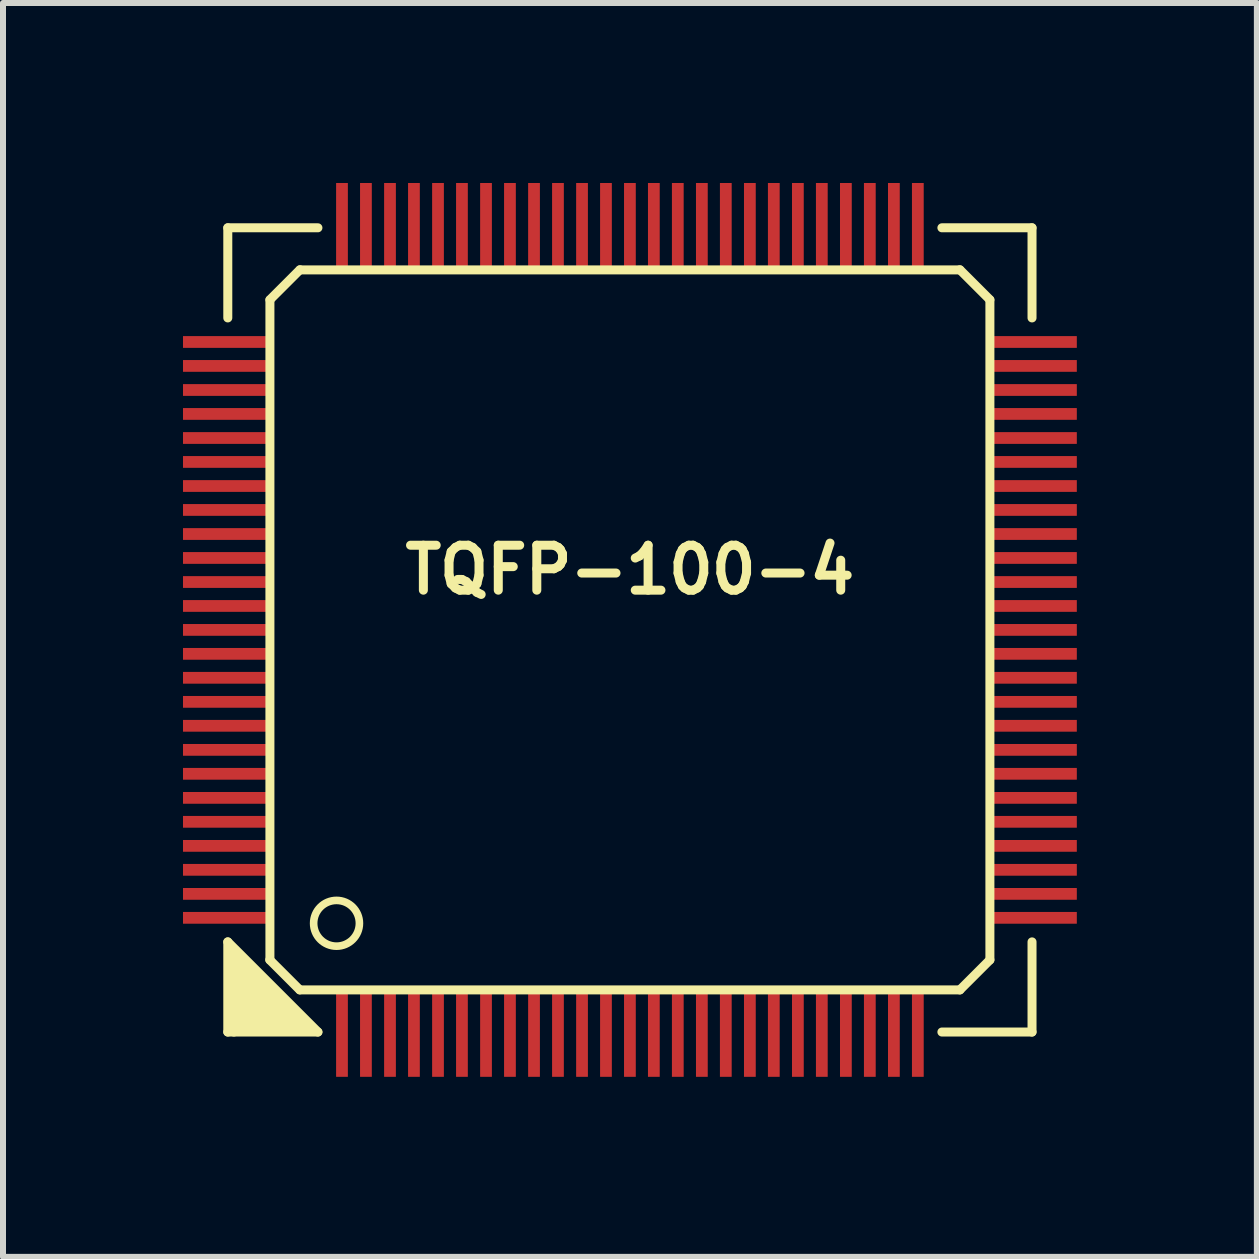
<source format=kicad_pcb>
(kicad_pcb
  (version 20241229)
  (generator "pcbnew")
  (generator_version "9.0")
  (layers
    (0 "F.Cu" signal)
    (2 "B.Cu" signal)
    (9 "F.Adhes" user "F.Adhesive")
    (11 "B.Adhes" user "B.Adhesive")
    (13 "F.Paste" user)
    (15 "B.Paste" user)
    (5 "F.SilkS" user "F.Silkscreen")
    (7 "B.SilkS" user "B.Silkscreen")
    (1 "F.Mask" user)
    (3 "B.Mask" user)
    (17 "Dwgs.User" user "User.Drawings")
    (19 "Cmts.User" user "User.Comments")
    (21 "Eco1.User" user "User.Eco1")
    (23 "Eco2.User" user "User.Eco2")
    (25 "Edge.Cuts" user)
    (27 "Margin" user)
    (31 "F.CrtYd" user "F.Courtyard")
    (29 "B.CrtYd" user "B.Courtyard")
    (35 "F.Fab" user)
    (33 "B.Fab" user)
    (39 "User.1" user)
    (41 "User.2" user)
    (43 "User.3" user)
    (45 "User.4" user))
  (footprint "TQFP-100-4"
    (layer "F.Cu")
    (at 7.447 7.447)
    (property "Reference" "TQFP-100-4" (at 0 -1.001 0) (layer "F.SilkS") (effects (font (size 0.749 0.749) (thickness 0.15))))
    (attr smd)
    (fp_line (start -6.701 -6.701) (end -6.701 -5.199) (stroke (width 0.15) (type solid)) (layer "F.SilkS"))
    (fp_line (start -6.701 5.199) (end -6.701 6.701) (stroke (width 0.15) (type solid)) (layer "F.SilkS"))
    (fp_line (start -6.701 5.199) (end -5.199 6.701) (stroke (width 0.15) (type solid)) (layer "F.SilkS"))
    (fp_line (start -6.701 6.701) (end -5.199 6.701) (stroke (width 0.15) (type solid)) (layer "F.SilkS"))
    (fp_line (start -6.599 5.4) (end -5.4 6.599) (stroke (width 0.15) (type solid)) (layer "F.SilkS"))
    (fp_line (start -6.599 6.701) (end -6.599 5.4) (stroke (width 0.15) (type solid)) (layer "F.SilkS"))
    (fp_line (start -6.5 5.601) (end -5.601 6.5) (stroke (width 0.15) (type solid)) (layer "F.SilkS"))
    (fp_line (start -6.5 6.599) (end -6.5 5.601) (stroke (width 0.15) (type solid)) (layer "F.SilkS"))
    (fp_line (start -6.401 5.799) (end -5.799 6.401) (stroke (width 0.15) (type solid)) (layer "F.SilkS"))
    (fp_line (start -6.401 6.5) (end -6.401 5.799) (stroke (width 0.15) (type solid)) (layer "F.SilkS"))
    (fp_line (start -6.299 5.999) (end -5.999 6.299) (stroke (width 0.15) (type solid)) (layer "F.SilkS"))
    (fp_line (start -6.299 6.401) (end -6.299 5.999) (stroke (width 0.15) (type solid)) (layer "F.SilkS"))
    (fp_line (start -6.2 6.299) (end -6.2 6.2) (stroke (width 0.15) (type solid)) (layer "F.SilkS"))
    (fp_line (start -5.999 -5.502) (end -5.499 -6.002) (stroke (width 0.15) (type solid)) (layer "F.SilkS"))
    (fp_line (start -5.999 -5.499) (end -5.999 5.499) (stroke (width 0.15) (type solid)) (layer "F.SilkS"))
    (fp_line (start -5.999 6.299) (end -6.2 6.299) (stroke (width 0.15) (type solid)) (layer "F.SilkS"))
    (fp_line (start -5.799 6.401) (end -6.299 6.401) (stroke (width 0.15) (type solid)) (layer "F.SilkS"))
    (fp_line (start -5.601 6.5) (end -6.401 6.5) (stroke (width 0.15) (type solid)) (layer "F.SilkS"))
    (fp_line (start -5.502 5.999) (end -6.002 5.499) (stroke (width 0.15) (type solid)) (layer "F.SilkS"))
    (fp_line (start -5.499 5.999) (end 5.499 5.999) (stroke (width 0.15) (type solid)) (layer "F.SilkS"))
    (fp_line (start -5.4 6.599) (end -6.5 6.599) (stroke (width 0.15) (type solid)) (layer "F.SilkS"))
    (fp_line (start -5.199 -6.701) (end -6.701 -6.701) (stroke (width 0.15) (type solid)) (layer "F.SilkS"))
    (fp_line (start 5.499 -6.002) (end 5.999 -5.502) (stroke (width 0.15) (type solid)) (layer "F.SilkS"))
    (fp_line (start 5.499 -5.999) (end -5.499 -5.999) (stroke (width 0.15) (type solid)) (layer "F.SilkS"))
    (fp_line (start 5.999 5.499) (end 5.499 5.999) (stroke (width 0.15) (type solid)) (layer "F.SilkS"))
    (fp_line (start 5.999 5.499) (end 5.999 -5.499) (stroke (width 0.15) (type solid)) (layer "F.SilkS"))
    (fp_line (start 6.701 -6.701) (end 5.199 -6.701) (stroke (width 0.15) (type solid)) (layer "F.SilkS"))
    (fp_line (start 6.701 -5.199) (end 6.701 -6.701) (stroke (width 0.15) (type solid)) (layer "F.SilkS"))
    (fp_line (start 6.701 6.701) (end 5.199 6.701) (stroke (width 0.15) (type solid)) (layer "F.SilkS"))
    (fp_line (start 6.701 6.701) (end 6.701 5.199) (stroke (width 0.15) (type solid)) (layer "F.SilkS"))
    (fp_circle (center -4.889 4.889) (end -5.118 5.194) (stroke (width 0.127) (type solid)) (fill no) (layer "F.SilkS"))
    (pad "1" smd rect (at -4.798 6.698) (size 0.196 1.499) (layers "F.Cu" "F.Mask" "F.Paste"))
    (pad "2" smd rect (at -4.399 6.698) (size 0.196 1.499) (layers "F.Cu" "F.Mask" "F.Paste"))
    (pad "3" smd rect (at -3.998 6.698) (size 0.196 1.499) (layers "F.Cu" "F.Mask" "F.Paste"))
    (pad "4" smd rect (at -3.599 6.698) (size 0.196 1.499) (layers "F.Cu" "F.Mask" "F.Paste"))
    (pad "5" smd rect (at -3.198 6.698) (size 0.196 1.499) (layers "F.Cu" "F.Mask" "F.Paste"))
    (pad "6" smd rect (at -2.799 6.698) (size 0.196 1.499) (layers "F.Cu" "F.Mask" "F.Paste"))
    (pad "7" smd rect (at -2.398 6.698) (size 0.196 1.499) (layers "F.Cu" "F.Mask" "F.Paste"))
    (pad "8" smd rect (at -1.999 6.698) (size 0.196 1.499) (layers "F.Cu" "F.Mask" "F.Paste"))
    (pad "9" smd rect (at -1.598 6.698) (size 0.196 1.499) (layers "F.Cu" "F.Mask" "F.Paste"))
    (pad "10" smd rect (at -1.199 6.698) (size 0.196 1.499) (layers "F.Cu" "F.Mask" "F.Paste"))
    (pad "11" smd rect (at -0.798 6.698) (size 0.196 1.499) (layers "F.Cu" "F.Mask" "F.Paste"))
    (pad "12" smd rect (at -0.399 6.698) (size 0.196 1.499) (layers "F.Cu" "F.Mask" "F.Paste"))
    (pad "13" smd rect (at 0 6.698) (size 0.196 1.499) (layers "F.Cu" "F.Mask" "F.Paste"))
    (pad "14" smd rect (at 0.399 6.698) (size 0.196 1.499) (layers "F.Cu" "F.Mask" "F.Paste"))
    (pad "15" smd rect (at 0.798 6.698) (size 0.196 1.499) (layers "F.Cu" "F.Mask" "F.Paste"))
    (pad "16" smd rect (at 1.199 6.698) (size 0.196 1.499) (layers "F.Cu" "F.Mask" "F.Paste"))
    (pad "17" smd rect (at 1.598 6.698) (size 0.196 1.499) (layers "F.Cu" "F.Mask" "F.Paste"))
    (pad "18" smd rect (at 1.999 6.698) (size 0.196 1.499) (layers "F.Cu" "F.Mask" "F.Paste"))
    (pad "19" smd rect (at 2.398 6.698) (size 0.196 1.499) (layers "F.Cu" "F.Mask" "F.Paste"))
    (pad "20" smd rect (at 2.799 6.698) (size 0.196 1.499) (layers "F.Cu" "F.Mask" "F.Paste"))
    (pad "21" smd rect (at 3.198 6.698) (size 0.196 1.499) (layers "F.Cu" "F.Mask" "F.Paste"))
    (pad "22" smd rect (at 3.599 6.698) (size 0.196 1.499) (layers "F.Cu" "F.Mask" "F.Paste"))
    (pad "23" smd rect (at 3.998 6.698) (size 0.196 1.499) (layers "F.Cu" "F.Mask" "F.Paste"))
    (pad "24" smd rect (at 4.399 6.698) (size 0.196 1.499) (layers "F.Cu" "F.Mask" "F.Paste"))
    (pad "25" smd rect (at 4.798 6.698) (size 0.196 1.499) (layers "F.Cu" "F.Mask" "F.Paste"))
    (pad "26" smd rect (at 6.698 4.798) (size 1.499 0.196) (layers "F.Cu" "F.Mask" "F.Paste"))
    (pad "27" smd rect (at 6.698 4.399) (size 1.499 0.196) (layers "F.Cu" "F.Mask" "F.Paste"))
    (pad "28" smd rect (at 6.698 3.998) (size 1.499 0.196) (layers "F.Cu" "F.Mask" "F.Paste"))
    (pad "29" smd rect (at 6.698 3.599) (size 1.499 0.196) (layers "F.Cu" "F.Mask" "F.Paste"))
    (pad "30" smd rect (at 6.698 3.198) (size 1.499 0.196) (layers "F.Cu" "F.Mask" "F.Paste"))
    (pad "31" smd rect (at 6.698 2.799) (size 1.499 0.196) (layers "F.Cu" "F.Mask" "F.Paste"))
    (pad "32" smd rect (at 6.698 2.398) (size 1.499 0.196) (layers "F.Cu" "F.Mask" "F.Paste"))
    (pad "33" smd rect (at 6.698 1.999) (size 1.499 0.196) (layers "F.Cu" "F.Mask" "F.Paste"))
    (pad "34" smd rect (at 6.698 1.598) (size 1.499 0.196) (layers "F.Cu" "F.Mask" "F.Paste"))
    (pad "35" smd rect (at 6.698 1.199) (size 1.499 0.196) (layers "F.Cu" "F.Mask" "F.Paste"))
    (pad "36" smd rect (at 6.698 0.798) (size 1.499 0.196) (layers "F.Cu" "F.Mask" "F.Paste"))
    (pad "37" smd rect (at 6.698 0.399) (size 1.499 0.196) (layers "F.Cu" "F.Mask" "F.Paste"))
    (pad "38" smd rect (at 6.698 0) (size 1.499 0.196) (layers "F.Cu" "F.Mask" "F.Paste"))
    (pad "39" smd rect (at 6.698 -0.399) (size 1.499 0.196) (layers "F.Cu" "F.Mask" "F.Paste"))
    (pad "40" smd rect (at 6.698 -0.798) (size 1.499 0.196) (layers "F.Cu" "F.Mask" "F.Paste"))
    (pad "41" smd rect (at 6.698 -1.199) (size 1.499 0.196) (layers "F.Cu" "F.Mask" "F.Paste"))
    (pad "42" smd rect (at 6.698 -1.598) (size 1.499 0.196) (layers "F.Cu" "F.Mask" "F.Paste"))
    (pad "43" smd rect (at 6.698 -1.999) (size 1.499 0.196) (layers "F.Cu" "F.Mask" "F.Paste"))
    (pad "44" smd rect (at 6.698 -2.398) (size 1.499 0.196) (layers "F.Cu" "F.Mask" "F.Paste"))
    (pad "45" smd rect (at 6.698 -2.799) (size 1.499 0.196) (layers "F.Cu" "F.Mask" "F.Paste"))
    (pad "46" smd rect (at 6.698 -3.198) (size 1.499 0.196) (layers "F.Cu" "F.Mask" "F.Paste"))
    (pad "47" smd rect (at 6.698 -3.599) (size 1.499 0.196) (layers "F.Cu" "F.Mask" "F.Paste"))
    (pad "48" smd rect (at 6.698 -3.998) (size 1.499 0.196) (layers "F.Cu" "F.Mask" "F.Paste"))
    (pad "49" smd rect (at 6.698 -4.399) (size 1.499 0.196) (layers "F.Cu" "F.Mask" "F.Paste"))
    (pad "50" smd rect (at 6.698 -4.798) (size 1.499 0.196) (layers "F.Cu" "F.Mask" "F.Paste"))
    (pad "51" smd rect (at 4.798 -6.698) (size 0.196 1.499) (layers "F.Cu" "F.Mask" "F.Paste"))
    (pad "52" smd rect (at 4.399 -6.698) (size 0.196 1.499) (layers "F.Cu" "F.Mask" "F.Paste"))
    (pad "53" smd rect (at 3.998 -6.698) (size 0.196 1.499) (layers "F.Cu" "F.Mask" "F.Paste"))
    (pad "54" smd rect (at 3.599 -6.698) (size 0.196 1.499) (layers "F.Cu" "F.Mask" "F.Paste"))
    (pad "55" smd rect (at 3.198 -6.698) (size 0.196 1.499) (layers "F.Cu" "F.Mask" "F.Paste"))
    (pad "56" smd rect (at 2.799 -6.698) (size 0.196 1.499) (layers "F.Cu" "F.Mask" "F.Paste"))
    (pad "57" smd rect (at 2.398 -6.698) (size 0.196 1.499) (layers "F.Cu" "F.Mask" "F.Paste"))
    (pad "58" smd rect (at 1.999 -6.698) (size 0.196 1.499) (layers "F.Cu" "F.Mask" "F.Paste"))
    (pad "59" smd rect (at 1.598 -6.698) (size 0.196 1.499) (layers "F.Cu" "F.Mask" "F.Paste"))
    (pad "60" smd rect (at 1.199 -6.698) (size 0.196 1.499) (layers "F.Cu" "F.Mask" "F.Paste"))
    (pad "61" smd rect (at 0.798 -6.698) (size 0.196 1.499) (layers "F.Cu" "F.Mask" "F.Paste"))
    (pad "62" smd rect (at 0.399 -6.698) (size 0.196 1.499) (layers "F.Cu" "F.Mask" "F.Paste"))
    (pad "63" smd rect (at 0 -6.698) (size 0.196 1.499) (layers "F.Cu" "F.Mask" "F.Paste"))
    (pad "64" smd rect (at -0.399 -6.698) (size 0.196 1.499) (layers "F.Cu" "F.Mask" "F.Paste"))
    (pad "65" smd rect (at -0.798 -6.698) (size 0.196 1.499) (layers "F.Cu" "F.Mask" "F.Paste"))
    (pad "66" smd rect (at -1.199 -6.698) (size 0.196 1.499) (layers "F.Cu" "F.Mask" "F.Paste"))
    (pad "67" smd rect (at -1.598 -6.698) (size 0.196 1.499) (layers "F.Cu" "F.Mask" "F.Paste"))
    (pad "68" smd rect (at -1.999 -6.698) (size 0.196 1.499) (layers "F.Cu" "F.Mask" "F.Paste"))
    (pad "69" smd rect (at -2.398 -6.698) (size 0.196 1.499) (layers "F.Cu" "F.Mask" "F.Paste"))
    (pad "70" smd rect (at -2.799 -6.698) (size 0.196 1.499) (layers "F.Cu" "F.Mask" "F.Paste"))
    (pad "71" smd rect (at -3.198 -6.698) (size 0.196 1.499) (layers "F.Cu" "F.Mask" "F.Paste"))
    (pad "72" smd rect (at -3.599 -6.698) (size 0.196 1.499) (layers "F.Cu" "F.Mask" "F.Paste"))
    (pad "73" smd rect (at -3.998 -6.698) (size 0.196 1.499) (layers "F.Cu" "F.Mask" "F.Paste"))
    (pad "74" smd rect (at -4.399 -6.698) (size 0.196 1.499) (layers "F.Cu" "F.Mask" "F.Paste"))
    (pad "75" smd rect (at -4.798 -6.698) (size 0.196 1.499) (layers "F.Cu" "F.Mask" "F.Paste"))
    (pad "76" smd rect (at -6.698 -4.798) (size 1.499 0.196) (layers "F.Cu" "F.Mask" "F.Paste"))
    (pad "77" smd rect (at -6.698 -4.399) (size 1.499 0.196) (layers "F.Cu" "F.Mask" "F.Paste"))
    (pad "78" smd rect (at -6.698 -3.998) (size 1.499 0.196) (layers "F.Cu" "F.Mask" "F.Paste"))
    (pad "79" smd rect (at -6.698 -3.599) (size 1.499 0.196) (layers "F.Cu" "F.Mask" "F.Paste"))
    (pad "80" smd rect (at -6.698 -3.198) (size 1.499 0.196) (layers "F.Cu" "F.Mask" "F.Paste"))
    (pad "81" smd rect (at -6.698 -2.799) (size 1.499 0.196) (layers "F.Cu" "F.Mask" "F.Paste"))
    (pad "82" smd rect (at -6.698 -2.398) (size 1.499 0.196) (layers "F.Cu" "F.Mask" "F.Paste"))
    (pad "83" smd rect (at -6.698 -1.999) (size 1.499 0.196) (layers "F.Cu" "F.Mask" "F.Paste"))
    (pad "84" smd rect (at -6.698 -1.598) (size 1.499 0.196) (layers "F.Cu" "F.Mask" "F.Paste"))
    (pad "85" smd rect (at -6.698 -1.199) (size 1.499 0.196) (layers "F.Cu" "F.Mask" "F.Paste"))
    (pad "86" smd rect (at -6.698 -0.798) (size 1.499 0.196) (layers "F.Cu" "F.Mask" "F.Paste"))
    (pad "87" smd rect (at -6.698 -0.399) (size 1.499 0.196) (layers "F.Cu" "F.Mask" "F.Paste"))
    (pad "88" smd rect (at -6.698 0) (size 1.499 0.196) (layers "F.Cu" "F.Mask" "F.Paste"))
    (pad "89" smd rect (at -6.698 0.399) (size 1.499 0.196) (layers "F.Cu" "F.Mask" "F.Paste"))
    (pad "90" smd rect (at -6.698 0.798) (size 1.499 0.196) (layers "F.Cu" "F.Mask" "F.Paste"))
    (pad "91" smd rect (at -6.698 1.199) (size 1.499 0.196) (layers "F.Cu" "F.Mask" "F.Paste"))
    (pad "92" smd rect (at -6.698 1.598) (size 1.499 0.196) (layers "F.Cu" "F.Mask" "F.Paste"))
    (pad "93" smd rect (at -6.698 1.999) (size 1.499 0.196) (layers "F.Cu" "F.Mask" "F.Paste"))
    (pad "94" smd rect (at -6.698 2.398) (size 1.499 0.196) (layers "F.Cu" "F.Mask" "F.Paste"))
    (pad "95" smd rect (at -6.698 2.799) (size 1.499 0.196) (layers "F.Cu" "F.Mask" "F.Paste"))
    (pad "96" smd rect (at -6.698 3.198) (size 1.499 0.196) (layers "F.Cu" "F.Mask" "F.Paste"))
    (pad "97" smd rect (at -6.698 3.599) (size 1.499 0.196) (layers "F.Cu" "F.Mask" "F.Paste"))
    (pad "98" smd rect (at -6.698 3.998) (size 1.499 0.196) (layers "F.Cu" "F.Mask" "F.Paste"))
    (pad "99" smd rect (at -6.698 4.399) (size 1.499 0.196) (layers "F.Cu" "F.Mask" "F.Paste"))
    (pad "100" smd rect (at -6.698 4.798) (size 1.499 0.196) (layers "F.Cu" "F.Mask" "F.Paste")))
  (gr_rect
    (start -3 -3)
    (end 17.895 17.895)
    (stroke (width 0.1) (type default))
    (fill no)
    (layer "Edge.Cuts")))
</source>
